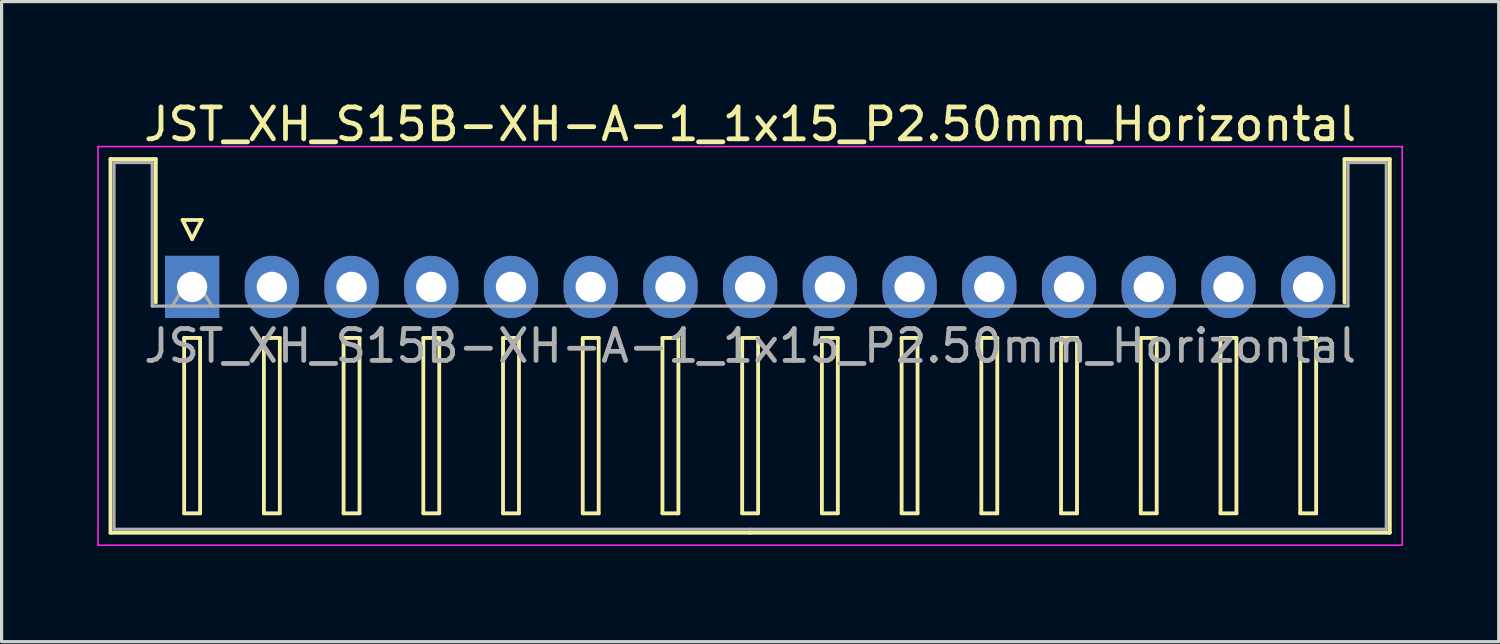
<source format=kicad_pcb>
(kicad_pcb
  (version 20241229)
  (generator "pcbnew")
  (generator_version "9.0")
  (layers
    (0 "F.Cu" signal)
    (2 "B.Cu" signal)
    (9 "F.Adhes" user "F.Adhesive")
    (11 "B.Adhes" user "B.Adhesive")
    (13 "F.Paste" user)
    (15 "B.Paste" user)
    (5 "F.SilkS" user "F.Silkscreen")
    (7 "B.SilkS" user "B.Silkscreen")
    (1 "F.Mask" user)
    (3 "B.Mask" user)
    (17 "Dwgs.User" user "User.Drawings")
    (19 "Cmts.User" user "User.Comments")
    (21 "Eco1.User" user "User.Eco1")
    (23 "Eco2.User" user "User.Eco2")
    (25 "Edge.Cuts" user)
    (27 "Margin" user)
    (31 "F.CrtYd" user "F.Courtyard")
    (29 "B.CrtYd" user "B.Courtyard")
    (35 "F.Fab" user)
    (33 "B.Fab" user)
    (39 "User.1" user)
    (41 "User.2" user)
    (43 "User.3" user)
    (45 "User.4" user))
  (footprint "JST_XH_S15B-XH-A-1_1x15_P2.50mm_Horizontal"
    (layer "F.Cu")
    (at 2.975 5.948)
    (property "Reference" "JST_XH_S15B-XH-A-1_1x15_P2.50mm_Horizontal" (at 17.5 -5.1 0) (layer "F.SilkS") (effects (font (size 1 1) (thickness 0.15))))
    (attr through_hole)
    (fp_line (start -2.56 -4.01) (end -1.14 -4.01) (stroke (width 0.12) (type solid)) (layer "F.SilkS"))
    (fp_line (start -2.56 7.71) (end -2.56 -4.01) (stroke (width 0.12) (type solid)) (layer "F.SilkS"))
    (fp_line (start -1.14 -4.01) (end -1.14 0.49) (stroke (width 0.12) (type solid)) (layer "F.SilkS"))
    (fp_line (start -0.3 -2.1) (end 0.3 -2.1) (stroke (width 0.12) (type solid)) (layer "F.SilkS"))
    (fp_line (start -0.25 1.6) (end -0.25 7.1) (stroke (width 0.12) (type solid)) (layer "F.SilkS"))
    (fp_line (start -0.25 7.1) (end 0.25 7.1) (stroke (width 0.12) (type solid)) (layer "F.SilkS"))
    (fp_line (start 0 -1.5) (end -0.3 -2.1) (stroke (width 0.12) (type solid)) (layer "F.SilkS"))
    (fp_line (start 0.25 1.6) (end -0.25 1.6) (stroke (width 0.12) (type solid)) (layer "F.SilkS"))
    (fp_line (start 0.25 7.1) (end 0.25 1.6) (stroke (width 0.12) (type solid)) (layer "F.SilkS"))
    (fp_line (start 0.3 -2.1) (end 0 -1.5) (stroke (width 0.12) (type solid)) (layer "F.SilkS"))
    (fp_line (start 2.25 1.6) (end 2.25 7.1) (stroke (width 0.12) (type solid)) (layer "F.SilkS"))
    (fp_line (start 2.25 7.1) (end 2.75 7.1) (stroke (width 0.12) (type solid)) (layer "F.SilkS"))
    (fp_line (start 2.75 1.6) (end 2.25 1.6) (stroke (width 0.12) (type solid)) (layer "F.SilkS"))
    (fp_line (start 2.75 7.1) (end 2.75 1.6) (stroke (width 0.12) (type solid)) (layer "F.SilkS"))
    (fp_line (start 4.75 1.6) (end 4.75 7.1) (stroke (width 0.12) (type solid)) (layer "F.SilkS"))
    (fp_line (start 4.75 7.1) (end 5.25 7.1) (stroke (width 0.12) (type solid)) (layer "F.SilkS"))
    (fp_line (start 5.25 1.6) (end 4.75 1.6) (stroke (width 0.12) (type solid)) (layer "F.SilkS"))
    (fp_line (start 5.25 7.1) (end 5.25 1.6) (stroke (width 0.12) (type solid)) (layer "F.SilkS"))
    (fp_line (start 7.25 1.6) (end 7.25 7.1) (stroke (width 0.12) (type solid)) (layer "F.SilkS"))
    (fp_line (start 7.25 7.1) (end 7.75 7.1) (stroke (width 0.12) (type solid)) (layer "F.SilkS"))
    (fp_line (start 7.75 1.6) (end 7.25 1.6) (stroke (width 0.12) (type solid)) (layer "F.SilkS"))
    (fp_line (start 7.75 7.1) (end 7.75 1.6) (stroke (width 0.12) (type solid)) (layer "F.SilkS"))
    (fp_line (start 9.75 1.6) (end 9.75 7.1) (stroke (width 0.12) (type solid)) (layer "F.SilkS"))
    (fp_line (start 9.75 7.1) (end 10.25 7.1) (stroke (width 0.12) (type solid)) (layer "F.SilkS"))
    (fp_line (start 10.25 1.6) (end 9.75 1.6) (stroke (width 0.12) (type solid)) (layer "F.SilkS"))
    (fp_line (start 10.25 7.1) (end 10.25 1.6) (stroke (width 0.12) (type solid)) (layer "F.SilkS"))
    (fp_line (start 12.25 1.6) (end 12.25 7.1) (stroke (width 0.12) (type solid)) (layer "F.SilkS"))
    (fp_line (start 12.25 7.1) (end 12.75 7.1) (stroke (width 0.12) (type solid)) (layer "F.SilkS"))
    (fp_line (start 12.75 1.6) (end 12.25 1.6) (stroke (width 0.12) (type solid)) (layer "F.SilkS"))
    (fp_line (start 12.75 7.1) (end 12.75 1.6) (stroke (width 0.12) (type solid)) (layer "F.SilkS"))
    (fp_line (start 14.75 1.6) (end 14.75 7.1) (stroke (width 0.12) (type solid)) (layer "F.SilkS"))
    (fp_line (start 14.75 7.1) (end 15.25 7.1) (stroke (width 0.12) (type solid)) (layer "F.SilkS"))
    (fp_line (start 15.25 1.6) (end 14.75 1.6) (stroke (width 0.12) (type solid)) (layer "F.SilkS"))
    (fp_line (start 15.25 7.1) (end 15.25 1.6) (stroke (width 0.12) (type solid)) (layer "F.SilkS"))
    (fp_line (start 17.25 1.6) (end 17.25 7.1) (stroke (width 0.12) (type solid)) (layer "F.SilkS"))
    (fp_line (start 17.25 7.1) (end 17.75 7.1) (stroke (width 0.12) (type solid)) (layer "F.SilkS"))
    (fp_line (start 17.5 7.71) (end -2.56 7.71) (stroke (width 0.12) (type solid)) (layer "F.SilkS"))
    (fp_line (start 17.5 7.71) (end 37.56 7.71) (stroke (width 0.12) (type solid)) (layer "F.SilkS"))
    (fp_line (start 17.75 1.6) (end 17.25 1.6) (stroke (width 0.12) (type solid)) (layer "F.SilkS"))
    (fp_line (start 17.75 7.1) (end 17.75 1.6) (stroke (width 0.12) (type solid)) (layer "F.SilkS"))
    (fp_line (start 19.75 1.6) (end 19.75 7.1) (stroke (width 0.12) (type solid)) (layer "F.SilkS"))
    (fp_line (start 19.75 7.1) (end 20.25 7.1) (stroke (width 0.12) (type solid)) (layer "F.SilkS"))
    (fp_line (start 20.25 1.6) (end 19.75 1.6) (stroke (width 0.12) (type solid)) (layer "F.SilkS"))
    (fp_line (start 20.25 7.1) (end 20.25 1.6) (stroke (width 0.12) (type solid)) (layer "F.SilkS"))
    (fp_line (start 22.25 1.6) (end 22.25 7.1) (stroke (width 0.12) (type solid)) (layer "F.SilkS"))
    (fp_line (start 22.25 7.1) (end 22.75 7.1) (stroke (width 0.12) (type solid)) (layer "F.SilkS"))
    (fp_line (start 22.75 1.6) (end 22.25 1.6) (stroke (width 0.12) (type solid)) (layer "F.SilkS"))
    (fp_line (start 22.75 7.1) (end 22.75 1.6) (stroke (width 0.12) (type solid)) (layer "F.SilkS"))
    (fp_line (start 24.75 1.6) (end 24.75 7.1) (stroke (width 0.12) (type solid)) (layer "F.SilkS"))
    (fp_line (start 24.75 7.1) (end 25.25 7.1) (stroke (width 0.12) (type solid)) (layer "F.SilkS"))
    (fp_line (start 25.25 1.6) (end 24.75 1.6) (stroke (width 0.12) (type solid)) (layer "F.SilkS"))
    (fp_line (start 25.25 7.1) (end 25.25 1.6) (stroke (width 0.12) (type solid)) (layer "F.SilkS"))
    (fp_line (start 27.25 1.6) (end 27.25 7.1) (stroke (width 0.12) (type solid)) (layer "F.SilkS"))
    (fp_line (start 27.25 7.1) (end 27.75 7.1) (stroke (width 0.12) (type solid)) (layer "F.SilkS"))
    (fp_line (start 27.75 1.6) (end 27.25 1.6) (stroke (width 0.12) (type solid)) (layer "F.SilkS"))
    (fp_line (start 27.75 7.1) (end 27.75 1.6) (stroke (width 0.12) (type solid)) (layer "F.SilkS"))
    (fp_line (start 29.75 1.6) (end 29.75 7.1) (stroke (width 0.12) (type solid)) (layer "F.SilkS"))
    (fp_line (start 29.75 7.1) (end 30.25 7.1) (stroke (width 0.12) (type solid)) (layer "F.SilkS"))
    (fp_line (start 30.25 1.6) (end 29.75 1.6) (stroke (width 0.12) (type solid)) (layer "F.SilkS"))
    (fp_line (start 30.25 7.1) (end 30.25 1.6) (stroke (width 0.12) (type solid)) (layer "F.SilkS"))
    (fp_line (start 32.25 1.6) (end 32.25 7.1) (stroke (width 0.12) (type solid)) (layer "F.SilkS"))
    (fp_line (start 32.25 7.1) (end 32.75 7.1) (stroke (width 0.12) (type solid)) (layer "F.SilkS"))
    (fp_line (start 32.75 1.6) (end 32.25 1.6) (stroke (width 0.12) (type solid)) (layer "F.SilkS"))
    (fp_line (start 32.75 7.1) (end 32.75 1.6) (stroke (width 0.12) (type solid)) (layer "F.SilkS"))
    (fp_line (start 34.75 1.6) (end 34.75 7.1) (stroke (width 0.12) (type solid)) (layer "F.SilkS"))
    (fp_line (start 34.75 7.1) (end 35.25 7.1) (stroke (width 0.12) (type solid)) (layer "F.SilkS"))
    (fp_line (start 35.25 1.6) (end 34.75 1.6) (stroke (width 0.12) (type solid)) (layer "F.SilkS"))
    (fp_line (start 35.25 7.1) (end 35.25 1.6) (stroke (width 0.12) (type solid)) (layer "F.SilkS"))
    (fp_line (start 36.14 -4.01) (end 36.14 0.49) (stroke (width 0.12) (type solid)) (layer "F.SilkS"))
    (fp_line (start 37.56 -4.01) (end 36.14 -4.01) (stroke (width 0.12) (type solid)) (layer "F.SilkS"))
    (fp_line (start 37.56 7.71) (end 37.56 -4.01) (stroke (width 0.12) (type solid)) (layer "F.SilkS"))
    (fp_line (start -2.95 -4.4) (end -2.95 8.1) (stroke (width 0.05) (type solid)) (layer "F.CrtYd"))
    (fp_line (start -2.95 8.1) (end 37.95 8.1) (stroke (width 0.05) (type solid)) (layer "F.CrtYd"))
    (fp_line (start 37.95 -4.4) (end -2.95 -4.4) (stroke (width 0.05) (type solid)) (layer "F.CrtYd"))
    (fp_line (start 37.95 8.1) (end 37.95 -4.4) (stroke (width 0.05) (type solid)) (layer "F.CrtYd"))
    (fp_line (start -2.45 -3.9) (end -1.25 -3.9) (stroke (width 0.1) (type solid)) (layer "F.Fab"))
    (fp_line (start -2.45 7.6) (end -2.45 -3.9) (stroke (width 0.1) (type solid)) (layer "F.Fab"))
    (fp_line (start -1.25 -3.9) (end -1.25 0.6) (stroke (width 0.1) (type solid)) (layer "F.Fab"))
    (fp_line (start -1.25 0.6) (end 17.5 0.6) (stroke (width 0.1) (type solid)) (layer "F.Fab"))
    (fp_line (start -0.625 0.6) (end 0 -0.4) (stroke (width 0.1) (type solid)) (layer "F.Fab"))
    (fp_line (start 0 -0.4) (end 0.625 0.6) (stroke (width 0.1) (type solid)) (layer "F.Fab"))
    (fp_line (start 17.5 7.6) (end -2.45 7.6) (stroke (width 0.1) (type solid)) (layer "F.Fab"))
    (fp_line (start 17.5 7.6) (end 37.45 7.6) (stroke (width 0.1) (type solid)) (layer "F.Fab"))
    (fp_line (start 36.25 -3.9) (end 36.25 0.6) (stroke (width 0.1) (type solid)) (layer "F.Fab"))
    (fp_line (start 36.25 0.6) (end 17.5 0.6) (stroke (width 0.1) (type solid)) (layer "F.Fab"))
    (fp_line (start 37.45 -3.9) (end 36.25 -3.9) (stroke (width 0.1) (type solid)) (layer "F.Fab"))
    (fp_line (start 37.45 7.6) (end 37.45 -3.9) (stroke (width 0.1) (type solid)) (layer "F.Fab"))
    (fp_text user "${REFERENCE}" (at 17.5 1.85 0) (layer "F.Fab") (effects (font (size 1 1) (thickness 0.15))))
    (pad "1" thru_hole rect (at 0 0) (size 1.7 1.95) (drill 0.95) (layers "*.Cu" "*.Mask"))
    (pad "2" thru_hole oval (at 2.5 0) (size 1.7 1.95) (drill 0.95) (layers "*.Cu" "*.Mask"))
    (pad "3" thru_hole oval (at 5 0) (size 1.7 1.95) (drill 0.95) (layers "*.Cu" "*.Mask"))
    (pad "4" thru_hole oval (at 7.5 0) (size 1.7 1.95) (drill 0.95) (layers "*.Cu" "*.Mask"))
    (pad "5" thru_hole oval (at 10 0) (size 1.7 1.95) (drill 0.95) (layers "*.Cu" "*.Mask"))
    (pad "6" thru_hole oval (at 12.5 0) (size 1.7 1.95) (drill 0.95) (layers "*.Cu" "*.Mask"))
    (pad "7" thru_hole oval (at 15 0) (size 1.7 1.95) (drill 0.95) (layers "*.Cu" "*.Mask"))
    (pad "8" thru_hole oval (at 17.5 0) (size 1.7 1.95) (drill 0.95) (layers "*.Cu" "*.Mask"))
    (pad "9" thru_hole oval (at 20 0) (size 1.7 1.95) (drill 0.95) (layers "*.Cu" "*.Mask"))
    (pad "10" thru_hole oval (at 22.5 0) (size 1.7 1.95) (drill 0.95) (layers "*.Cu" "*.Mask"))
    (pad "11" thru_hole oval (at 25 0) (size 1.7 1.95) (drill 0.95) (layers "*.Cu" "*.Mask"))
    (pad "12" thru_hole oval (at 27.5 0) (size 1.7 1.95) (drill 0.95) (layers "*.Cu" "*.Mask"))
    (pad "13" thru_hole oval (at 30 0) (size 1.7 1.95) (drill 0.95) (layers "*.Cu" "*.Mask"))
    (pad "14" thru_hole oval (at 32.5 0) (size 1.7 1.95) (drill 0.95) (layers "*.Cu" "*.Mask"))
    (pad "15" thru_hole oval (at 35 0) (size 1.7 1.95) (drill 0.95) (layers "*.Cu" "*.Mask")))
  (gr_rect
    (start -3 -3)
    (end 43.95 17.073)
    (stroke (width 0.1) (type default))
    (fill no)
    (layer "Edge.Cuts")))
</source>
